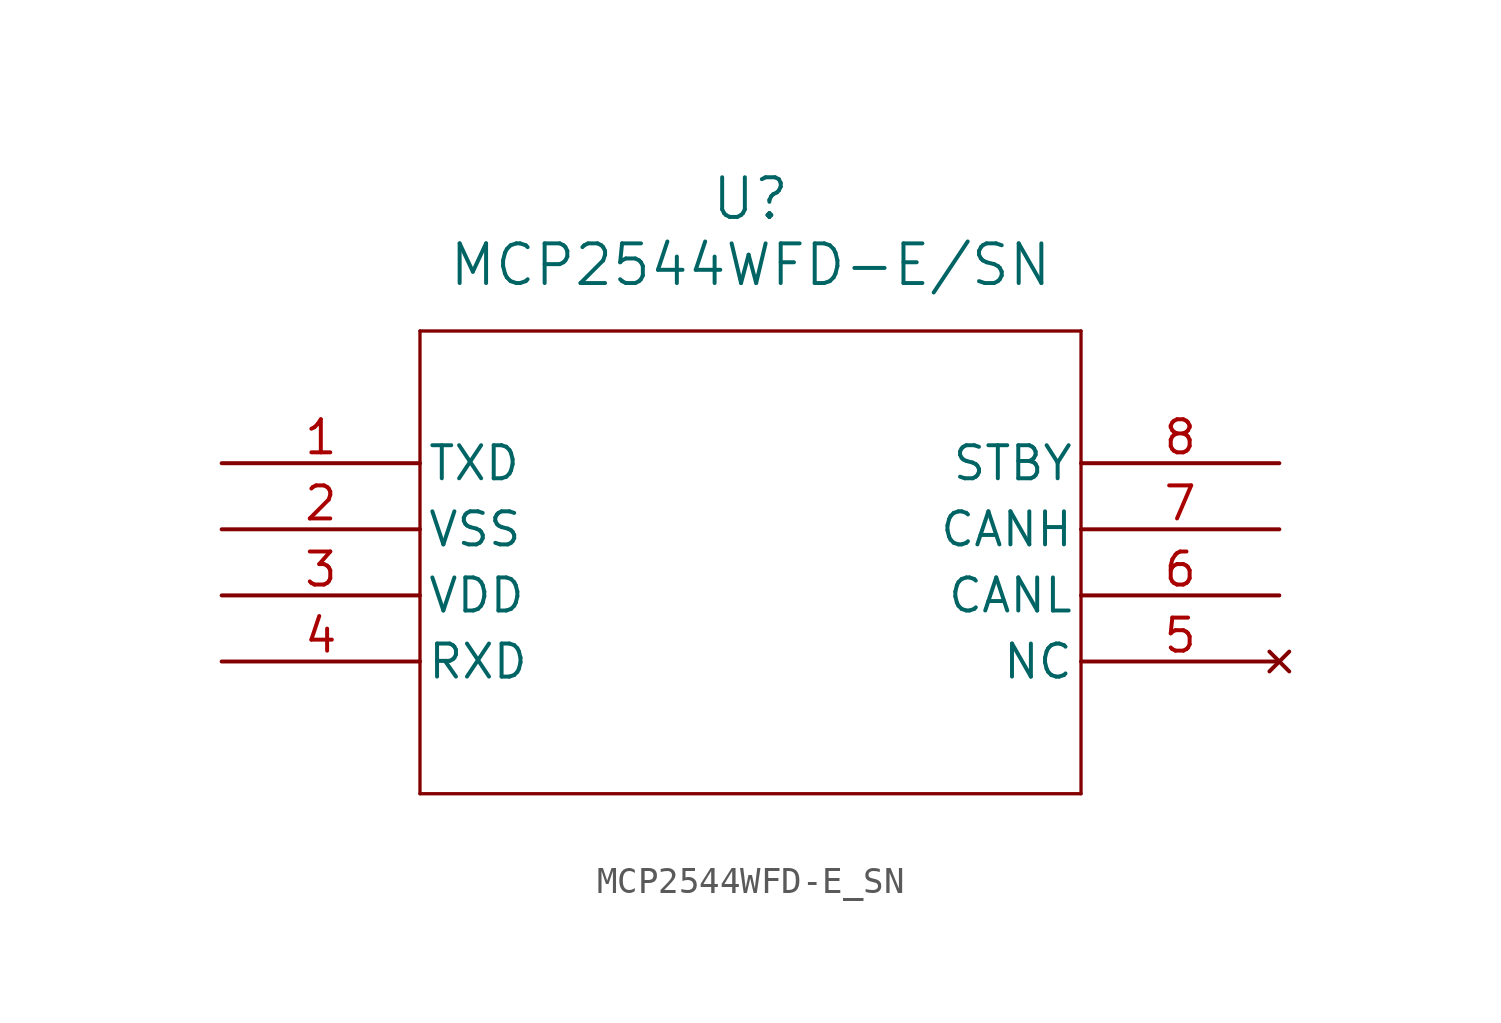
<source format=kicad_sym>
(kicad_symbol_lib
  (version 20211014)
  (generator kicad_symbol_editor)
  (symbol "MCP2544WFD-E_SN"
    (pin_names
      (offset 0.254))
    (property "Reference" "U"
      (at 20.32 10.16 0)
      (effects (font (size 1.524 1.524))))
    (property "Value" "MCP2544WFD-E/SN"
      (at 20.32 7.62 0)
      (effects (font (size 1.524 1.524))))
    (symbol "MCP2544WFD-E_SN_0_1"
      (polyline (pts (xy 7.62 5.08) (xy 7.62 -12.7)) (stroke (width 0.127) (type default) (color 0 0 0 0)) (fill (type none)))
      (polyline (pts (xy 7.62 -12.7) (xy 33.02 -12.7)) (stroke (width 0.127) (type default) (color 0 0 0 0)) (fill (type none)))
      (polyline (pts (xy 33.02 -12.7) (xy 33.02 5.08)) (stroke (width 0.127) (type default) (color 0 0 0 0)) (fill (type none)))
      (polyline (pts (xy 33.02 5.08) (xy 7.62 5.08)) (stroke (width 0.127) (type default) (color 0 0 0 0)) (fill (type none)))
      (pin input line (at 0 0 0) (length 7.62) (name "TXD" (effects (font (size 1.27 1.27)))) (number "1" (effects (font (size 1.27 1.27)))))
      (pin power_in line (at 0 -2.54 0) (length 7.62) (name "VSS" (effects (font (size 1.27 1.27)))) (number "2" (effects (font (size 1.27 1.27)))))
      (pin power_in line (at 0 -5.08 0) (length 7.62) (name "VDD" (effects (font (size 1.27 1.27)))) (number "3" (effects (font (size 1.27 1.27)))))
      (pin output line (at 0 -7.62 0) (length 7.62) (name "RXD" (effects (font (size 1.27 1.27)))) (number "4" (effects (font (size 1.27 1.27)))))
      (pin no_connect line (at 40.64 -7.62 180) (length 7.62) (name "NC" (effects (font (size 1.27 1.27)))) (number "5" (effects (font (size 1.27 1.27)))))
      (pin bidirectional line (at 40.64 -5.08 180) (length 7.62) (name "CANL" (effects (font (size 1.27 1.27)))) (number "6" (effects (font (size 1.27 1.27)))))
      (pin bidirectional line (at 40.64 -2.54 180) (length 7.62) (name "CANH" (effects (font (size 1.27 1.27)))) (number "7" (effects (font (size 1.27 1.27)))))
      (pin input line (at 40.64 0 180) (length 7.62) (name "STBY" (effects (font (size 1.27 1.27)))) (number "8" (effects (font (size 1.27 1.27))))))))
</source>
